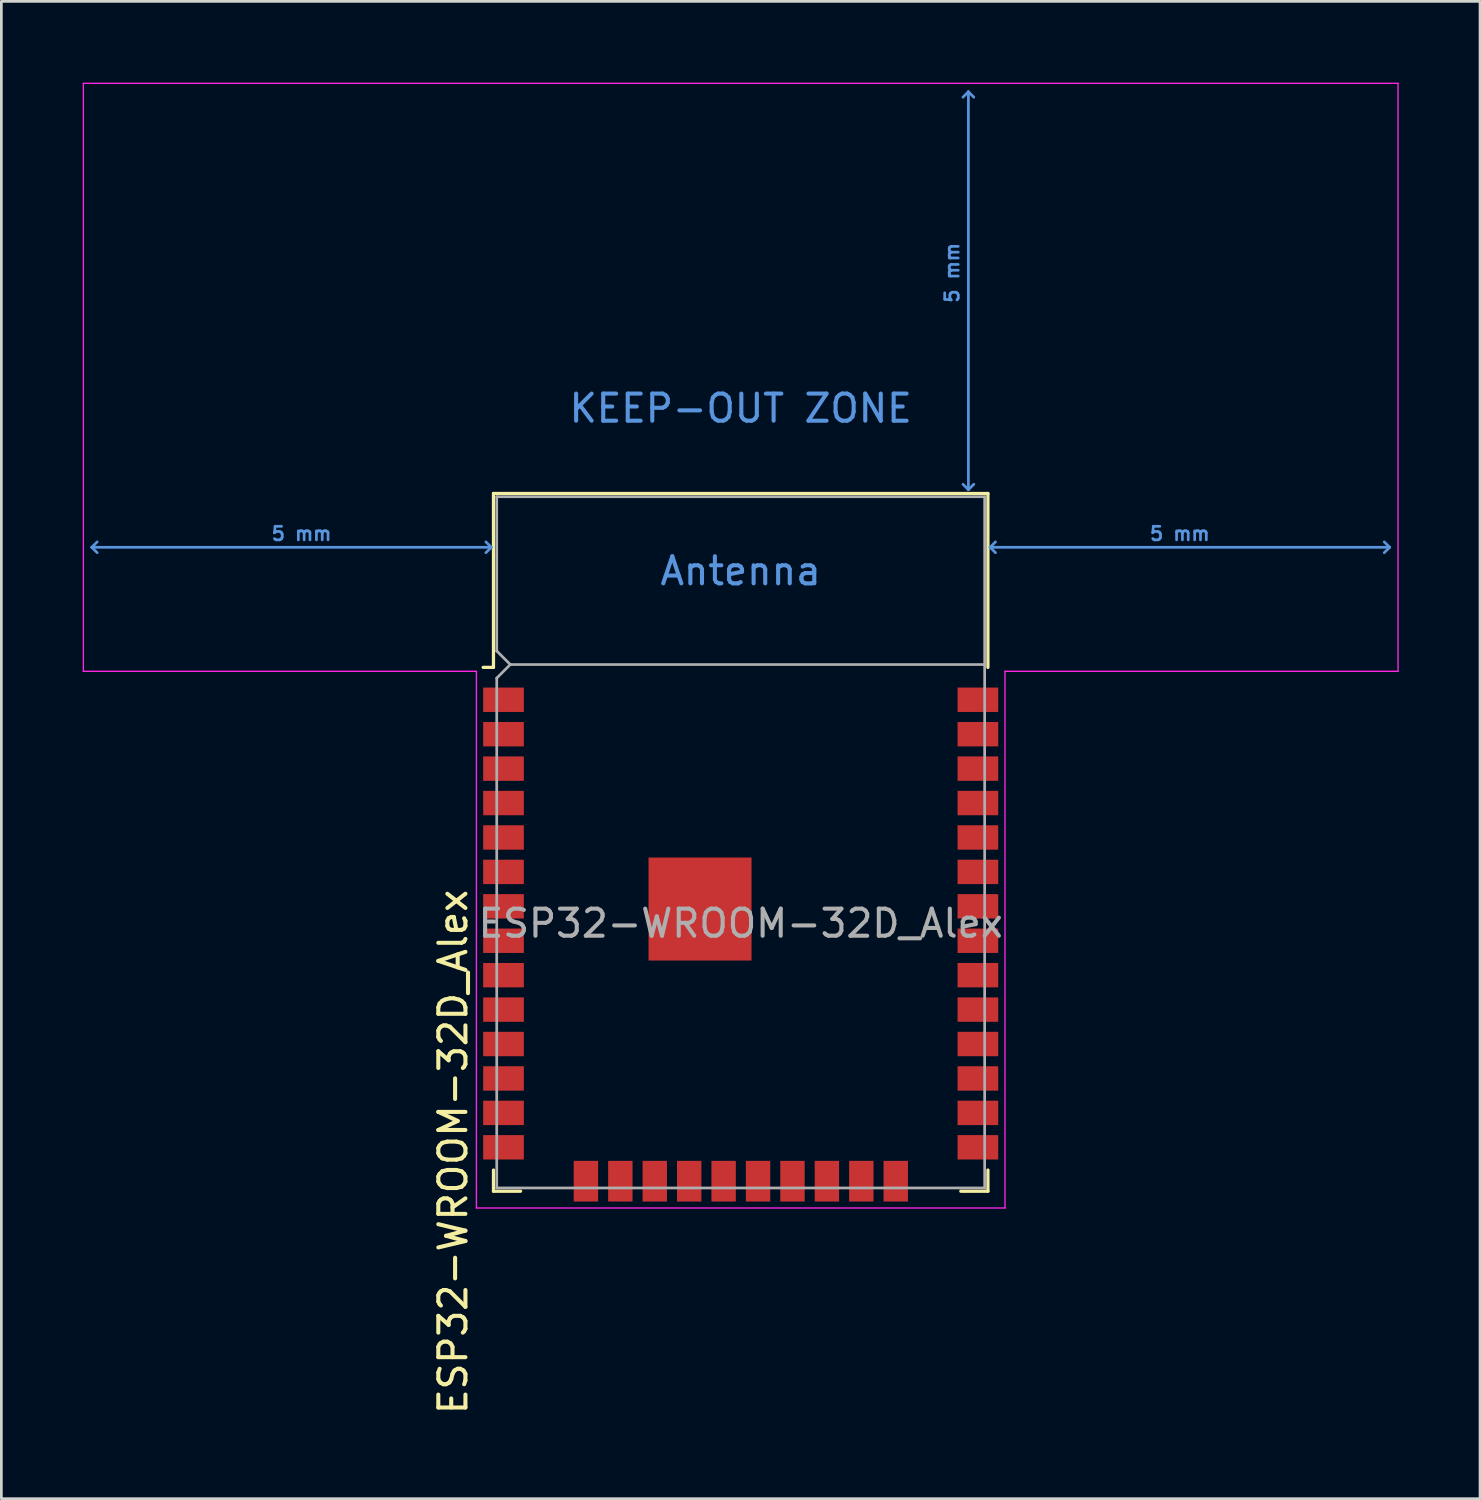
<source format=kicad_pcb>
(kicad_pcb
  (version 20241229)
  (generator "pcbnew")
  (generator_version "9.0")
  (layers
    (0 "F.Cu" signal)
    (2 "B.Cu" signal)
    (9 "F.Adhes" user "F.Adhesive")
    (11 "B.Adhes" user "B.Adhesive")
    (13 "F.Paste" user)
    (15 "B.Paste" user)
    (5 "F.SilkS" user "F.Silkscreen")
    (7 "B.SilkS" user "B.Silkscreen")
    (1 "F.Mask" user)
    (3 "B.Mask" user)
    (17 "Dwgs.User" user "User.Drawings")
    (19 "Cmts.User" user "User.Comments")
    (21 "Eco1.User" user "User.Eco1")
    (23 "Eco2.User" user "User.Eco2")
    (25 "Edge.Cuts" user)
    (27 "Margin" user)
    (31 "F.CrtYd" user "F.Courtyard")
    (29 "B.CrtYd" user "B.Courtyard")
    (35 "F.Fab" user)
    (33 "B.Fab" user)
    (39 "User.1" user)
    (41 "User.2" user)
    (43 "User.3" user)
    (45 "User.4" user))
  (footprint "ESP32-WROOM-32D_Alex"
    (layer "F.Cu")
    (at 24.275 31.015)
    (property "Reference" "ESP32-WROOM-32D_Alex" (at -10.61 8.43 90) (layer "F.SilkS") (effects (font (size 1 1) (thickness 0.15))))
    (attr smd)
    (fp_line (start -9.12 -15.86) (end -9.12 -9.445) (stroke (width 0.12) (type solid)) (layer "F.SilkS"))
    (fp_line (start -9.12 -15.86) (end 9.12 -15.86) (stroke (width 0.12) (type solid)) (layer "F.SilkS"))
    (fp_line (start -9.12 -9.445) (end -9.5 -9.445) (stroke (width 0.12) (type solid)) (layer "F.SilkS"))
    (fp_line (start -9.12 9.1) (end -9.12 9.88) (stroke (width 0.12) (type solid)) (layer "F.SilkS"))
    (fp_line (start -9.12 9.88) (end -8.12 9.88) (stroke (width 0.12) (type solid)) (layer "F.SilkS"))
    (fp_line (start 9.12 -15.86) (end 9.12 -9.445) (stroke (width 0.12) (type solid)) (layer "F.SilkS"))
    (fp_line (start 9.12 9.1) (end 9.12 9.88) (stroke (width 0.12) (type solid)) (layer "F.SilkS"))
    (fp_line (start 9.12 9.88) (end 8.12 9.88) (stroke (width 0.12) (type solid)) (layer "F.SilkS"))
    (fp_line (start -23.94 -13.875) (end -23.74 -14.075) (stroke (width 0.1) (type solid)) (layer "Cmts.User"))
    (fp_line (start -23.94 -13.875) (end -23.74 -13.675) (stroke (width 0.1) (type solid)) (layer "Cmts.User"))
    (fp_line (start -23.94 -13.875) (end -9.2 -13.875) (stroke (width 0.1) (type solid)) (layer "Cmts.User"))
    (fp_line (start -9.2 -13.875) (end -9.4 -14.075) (stroke (width 0.1) (type solid)) (layer "Cmts.User"))
    (fp_line (start -9.2 -13.875) (end -9.4 -13.675) (stroke (width 0.1) (type solid)) (layer "Cmts.User"))
    (fp_line (start 8.4 -30.68) (end 8.2 -30.48) (stroke (width 0.1) (type solid)) (layer "Cmts.User"))
    (fp_line (start 8.4 -30.68) (end 8.6 -30.48) (stroke (width 0.1) (type solid)) (layer "Cmts.User"))
    (fp_line (start 8.4 -16) (end 8.2 -16.2) (stroke (width 0.1) (type solid)) (layer "Cmts.User"))
    (fp_line (start 8.4 -16) (end 8.4 -30.68) (stroke (width 0.1) (type solid)) (layer "Cmts.User"))
    (fp_line (start 8.4 -16) (end 8.6 -16.2) (stroke (width 0.1) (type solid)) (layer "Cmts.User"))
    (fp_line (start 9.2 -13.875) (end 9.4 -14.075) (stroke (width 0.1) (type solid)) (layer "Cmts.User"))
    (fp_line (start 9.2 -13.875) (end 9.4 -13.675) (stroke (width 0.1) (type solid)) (layer "Cmts.User"))
    (fp_line (start 9.2 -13.875) (end 23.94 -13.875) (stroke (width 0.1) (type solid)) (layer "Cmts.User"))
    (fp_line (start 23.94 -13.875) (end 23.74 -14.075) (stroke (width 0.1) (type solid)) (layer "Cmts.User"))
    (fp_line (start 23.94 -13.875) (end 23.74 -13.675) (stroke (width 0.1) (type solid)) (layer "Cmts.User"))
    (fp_line (start -24.25 -30.99) (end -24.25 -9.3) (stroke (width 0.05) (type solid)) (layer "F.CrtYd"))
    (fp_line (start -24.25 -30.99) (end 24.25 -30.99) (stroke (width 0.05) (type solid)) (layer "F.CrtYd"))
    (fp_line (start -24.25 -9.3) (end -9.75 -9.3) (stroke (width 0.05) (type solid)) (layer "F.CrtYd"))
    (fp_line (start -9.75 10.5) (end -9.75 -9.3) (stroke (width 0.05) (type solid)) (layer "F.CrtYd"))
    (fp_line (start -9.75 10.5) (end 9.75 10.5) (stroke (width 0.05) (type solid)) (layer "F.CrtYd"))
    (fp_line (start 9.75 -9.3) (end 9.75 10.5) (stroke (width 0.05) (type solid)) (layer "F.CrtYd"))
    (fp_line (start 9.75 -9.3) (end 24.25 -9.3) (stroke (width 0.05) (type solid)) (layer "F.CrtYd"))
    (fp_line (start 24.25 -30.99) (end 24.25 -9.3) (stroke (width 0.05) (type solid)) (layer "F.CrtYd"))
    (fp_line (start -9 -15.74) (end -9 -10.05) (stroke (width 0.1) (type solid)) (layer "F.Fab"))
    (fp_line (start -9 -15.74) (end 9 -15.74) (stroke (width 0.1) (type solid)) (layer "F.Fab"))
    (fp_line (start -9 -9.05) (end -9 9.76) (stroke (width 0.1) (type solid)) (layer "F.Fab"))
    (fp_line (start -9 -9.05) (end -8.5 -9.55) (stroke (width 0.1) (type solid)) (layer "F.Fab"))
    (fp_line (start -9 9.76) (end 9 9.76) (stroke (width 0.1) (type solid)) (layer "F.Fab"))
    (fp_line (start -8.5 -9.55) (end -9 -10.05) (stroke (width 0.1) (type solid)) (layer "F.Fab"))
    (fp_line (start -8.5 -9.55) (end 9 -9.55) (stroke (width 0.1) (type solid)) (layer "F.Fab"))
    (fp_line (start 9 9.76) (end 9 -15.74) (stroke (width 0.1) (type solid)) (layer "F.Fab"))
    (fp_text user "KEEP-OUT ZONE" (at 0 -19 0) (layer "Cmts.User") (effects (font (size 1 1) (thickness 0.15))))
    (fp_text user "5 mm" (at 16.2 -14.375 0) (layer "Cmts.User") (effects (font (size 0.5 0.5) (thickness 0.1))))
    (fp_text user "5 mm" (at -16.2 -14.375 0) (layer "Cmts.User") (effects (font (size 0.5 0.5) (thickness 0.1))))
    (fp_text user "5 mm" (at 7.8 -24 90) (layer "Cmts.User") (effects (font (size 0.5 0.5) (thickness 0.1))))
    (fp_text user "Antenna" (at 0 -13 0) (layer "Cmts.User") (effects (font (size 1 1) (thickness 0.15))))
    (fp_text user "${REFERENCE}" (at 0 0 0) (layer "F.Fab") (effects (font (size 1 1) (thickness 0.15))))
    (pad "1" smd rect (at -8.75 -8.25) (size 1.5 0.9) (layers "F.Cu" "F.Mask" "F.Paste"))
    (pad "2" smd rect (at -8.75 -6.98) (size 1.5 0.9) (layers "F.Cu" "F.Mask" "F.Paste"))
    (pad "3" smd rect (at -8.75 -5.71) (size 1.5 0.9) (layers "F.Cu" "F.Mask" "F.Paste"))
    (pad "4" smd rect (at -8.75 -4.44) (size 1.5 0.9) (layers "F.Cu" "F.Mask" "F.Paste"))
    (pad "5" smd rect (at -8.75 -3.17) (size 1.5 0.9) (layers "F.Cu" "F.Mask" "F.Paste"))
    (pad "6" smd rect (at -8.75 -1.9) (size 1.5 0.9) (layers "F.Cu" "F.Mask" "F.Paste"))
    (pad "7" smd rect (at -8.75 -0.63) (size 1.5 0.9) (layers "F.Cu" "F.Mask" "F.Paste"))
    (pad "8" smd rect (at -8.75 0.64) (size 1.5 0.9) (layers "F.Cu" "F.Mask" "F.Paste"))
    (pad "9" smd rect (at -8.75 1.91) (size 1.5 0.9) (layers "F.Cu" "F.Mask" "F.Paste"))
    (pad "10" smd rect (at -8.75 3.18) (size 1.5 0.9) (layers "F.Cu" "F.Mask" "F.Paste"))
    (pad "11" smd rect (at -8.75 4.45) (size 1.5 0.9) (layers "F.Cu" "F.Mask" "F.Paste"))
    (pad "12" smd rect (at -8.75 5.72) (size 1.5 0.9) (layers "F.Cu" "F.Mask" "F.Paste"))
    (pad "13" smd rect (at -8.75 6.99) (size 1.5 0.9) (layers "F.Cu" "F.Mask" "F.Paste"))
    (pad "14" smd rect (at -8.75 8.26) (size 1.5 0.9) (layers "F.Cu" "F.Mask" "F.Paste"))
    (pad "15" smd rect (at -5.71 9.51 90) (size 1.5 0.9) (layers "F.Cu" "F.Mask" "F.Paste"))
    (pad "16" smd rect (at -4.44 9.51 90) (size 1.5 0.9) (layers "F.Cu" "F.Mask" "F.Paste"))
    (pad "17" smd rect (at -3.17 9.51 90) (size 1.5 0.9) (layers "F.Cu" "F.Mask" "F.Paste"))
    (pad "18" smd rect (at -1.9 9.51 90) (size 1.5 0.9) (layers "F.Cu" "F.Mask" "F.Paste"))
    (pad "19" smd rect (at -0.63 9.51 90) (size 1.5 0.9) (layers "F.Cu" "F.Mask" "F.Paste"))
    (pad "20" smd rect (at 0.64 9.51 90) (size 1.5 0.9) (layers "F.Cu" "F.Mask" "F.Paste"))
    (pad "21" smd rect (at 1.91 9.51 90) (size 1.5 0.9) (layers "F.Cu" "F.Mask" "F.Paste"))
    (pad "22" smd rect (at 3.18 9.51 90) (size 1.5 0.9) (layers "F.Cu" "F.Mask" "F.Paste"))
    (pad "23" smd rect (at 4.45 9.51 90) (size 1.5 0.9) (layers "F.Cu" "F.Mask" "F.Paste"))
    (pad "24" smd rect (at 5.72 9.51 90) (size 1.5 0.9) (layers "F.Cu" "F.Mask" "F.Paste"))
    (pad "25" smd rect (at 8.75 8.26) (size 1.5 0.9) (layers "F.Cu" "F.Mask" "F.Paste"))
    (pad "26" smd rect (at 8.75 6.99) (size 1.5 0.9) (layers "F.Cu" "F.Mask" "F.Paste"))
    (pad "27" smd rect (at 8.75 5.72) (size 1.5 0.9) (layers "F.Cu" "F.Mask" "F.Paste"))
    (pad "28" smd rect (at 8.75 4.45) (size 1.5 0.9) (layers "F.Cu" "F.Mask" "F.Paste"))
    (pad "29" smd rect (at 8.75 3.18) (size 1.5 0.9) (layers "F.Cu" "F.Mask" "F.Paste"))
    (pad "30" smd rect (at 8.75 1.91) (size 1.5 0.9) (layers "F.Cu" "F.Mask" "F.Paste"))
    (pad "31" smd rect (at 8.75 0.64) (size 1.5 0.9) (layers "F.Cu" "F.Mask" "F.Paste"))
    (pad "32" smd rect (at 8.75 -0.63) (size 1.5 0.9) (layers "F.Cu" "F.Mask" "F.Paste"))
    (pad "33" smd rect (at 8.75 -1.9) (size 1.5 0.9) (layers "F.Cu" "F.Mask" "F.Paste"))
    (pad "34" smd rect (at 8.75 -3.17) (size 1.5 0.9) (layers "F.Cu" "F.Mask" "F.Paste"))
    (pad "35" smd rect (at 8.75 -4.44) (size 1.5 0.9) (layers "F.Cu" "F.Mask" "F.Paste"))
    (pad "36" smd rect (at 8.75 -5.71) (size 1.5 0.9) (layers "F.Cu" "F.Mask" "F.Paste"))
    (pad "37" smd rect (at 8.75 -6.98) (size 1.5 0.9) (layers "F.Cu" "F.Mask" "F.Paste"))
    (pad "38" smd rect (at 8.75 -8.25) (size 1.5 0.9) (layers "F.Cu" "F.Mask" "F.Paste"))
    (pad "39" smd rect (at -1.5 -0.53) (size 3.8 3.8) (layers "F.Cu" "F.Mask"))
    (zone (net_name "") (layers "F.Cu" "B.Cu") (hatch full 0.508) (connect_pads) (min_thickness 0.254) (filled_areas_thickness no) (keepout (tracks not_allowed) (vias not_allowed) (pads not_allowed) (copperpour not_allowed) (footprints not_allowed)) (placement (enabled no)) (fill) (polygon (pts (xy 0.275 21.465) (xy 48.275 21.465) (xy 48.275 0.275) (xy 0.275 0.275)))))
  (gr_rect
    (start -3 -3)
    (end 51.55 52.237)
    (stroke (width 0.1) (type default))
    (fill no)
    (layer "Edge.Cuts")))
</source>
